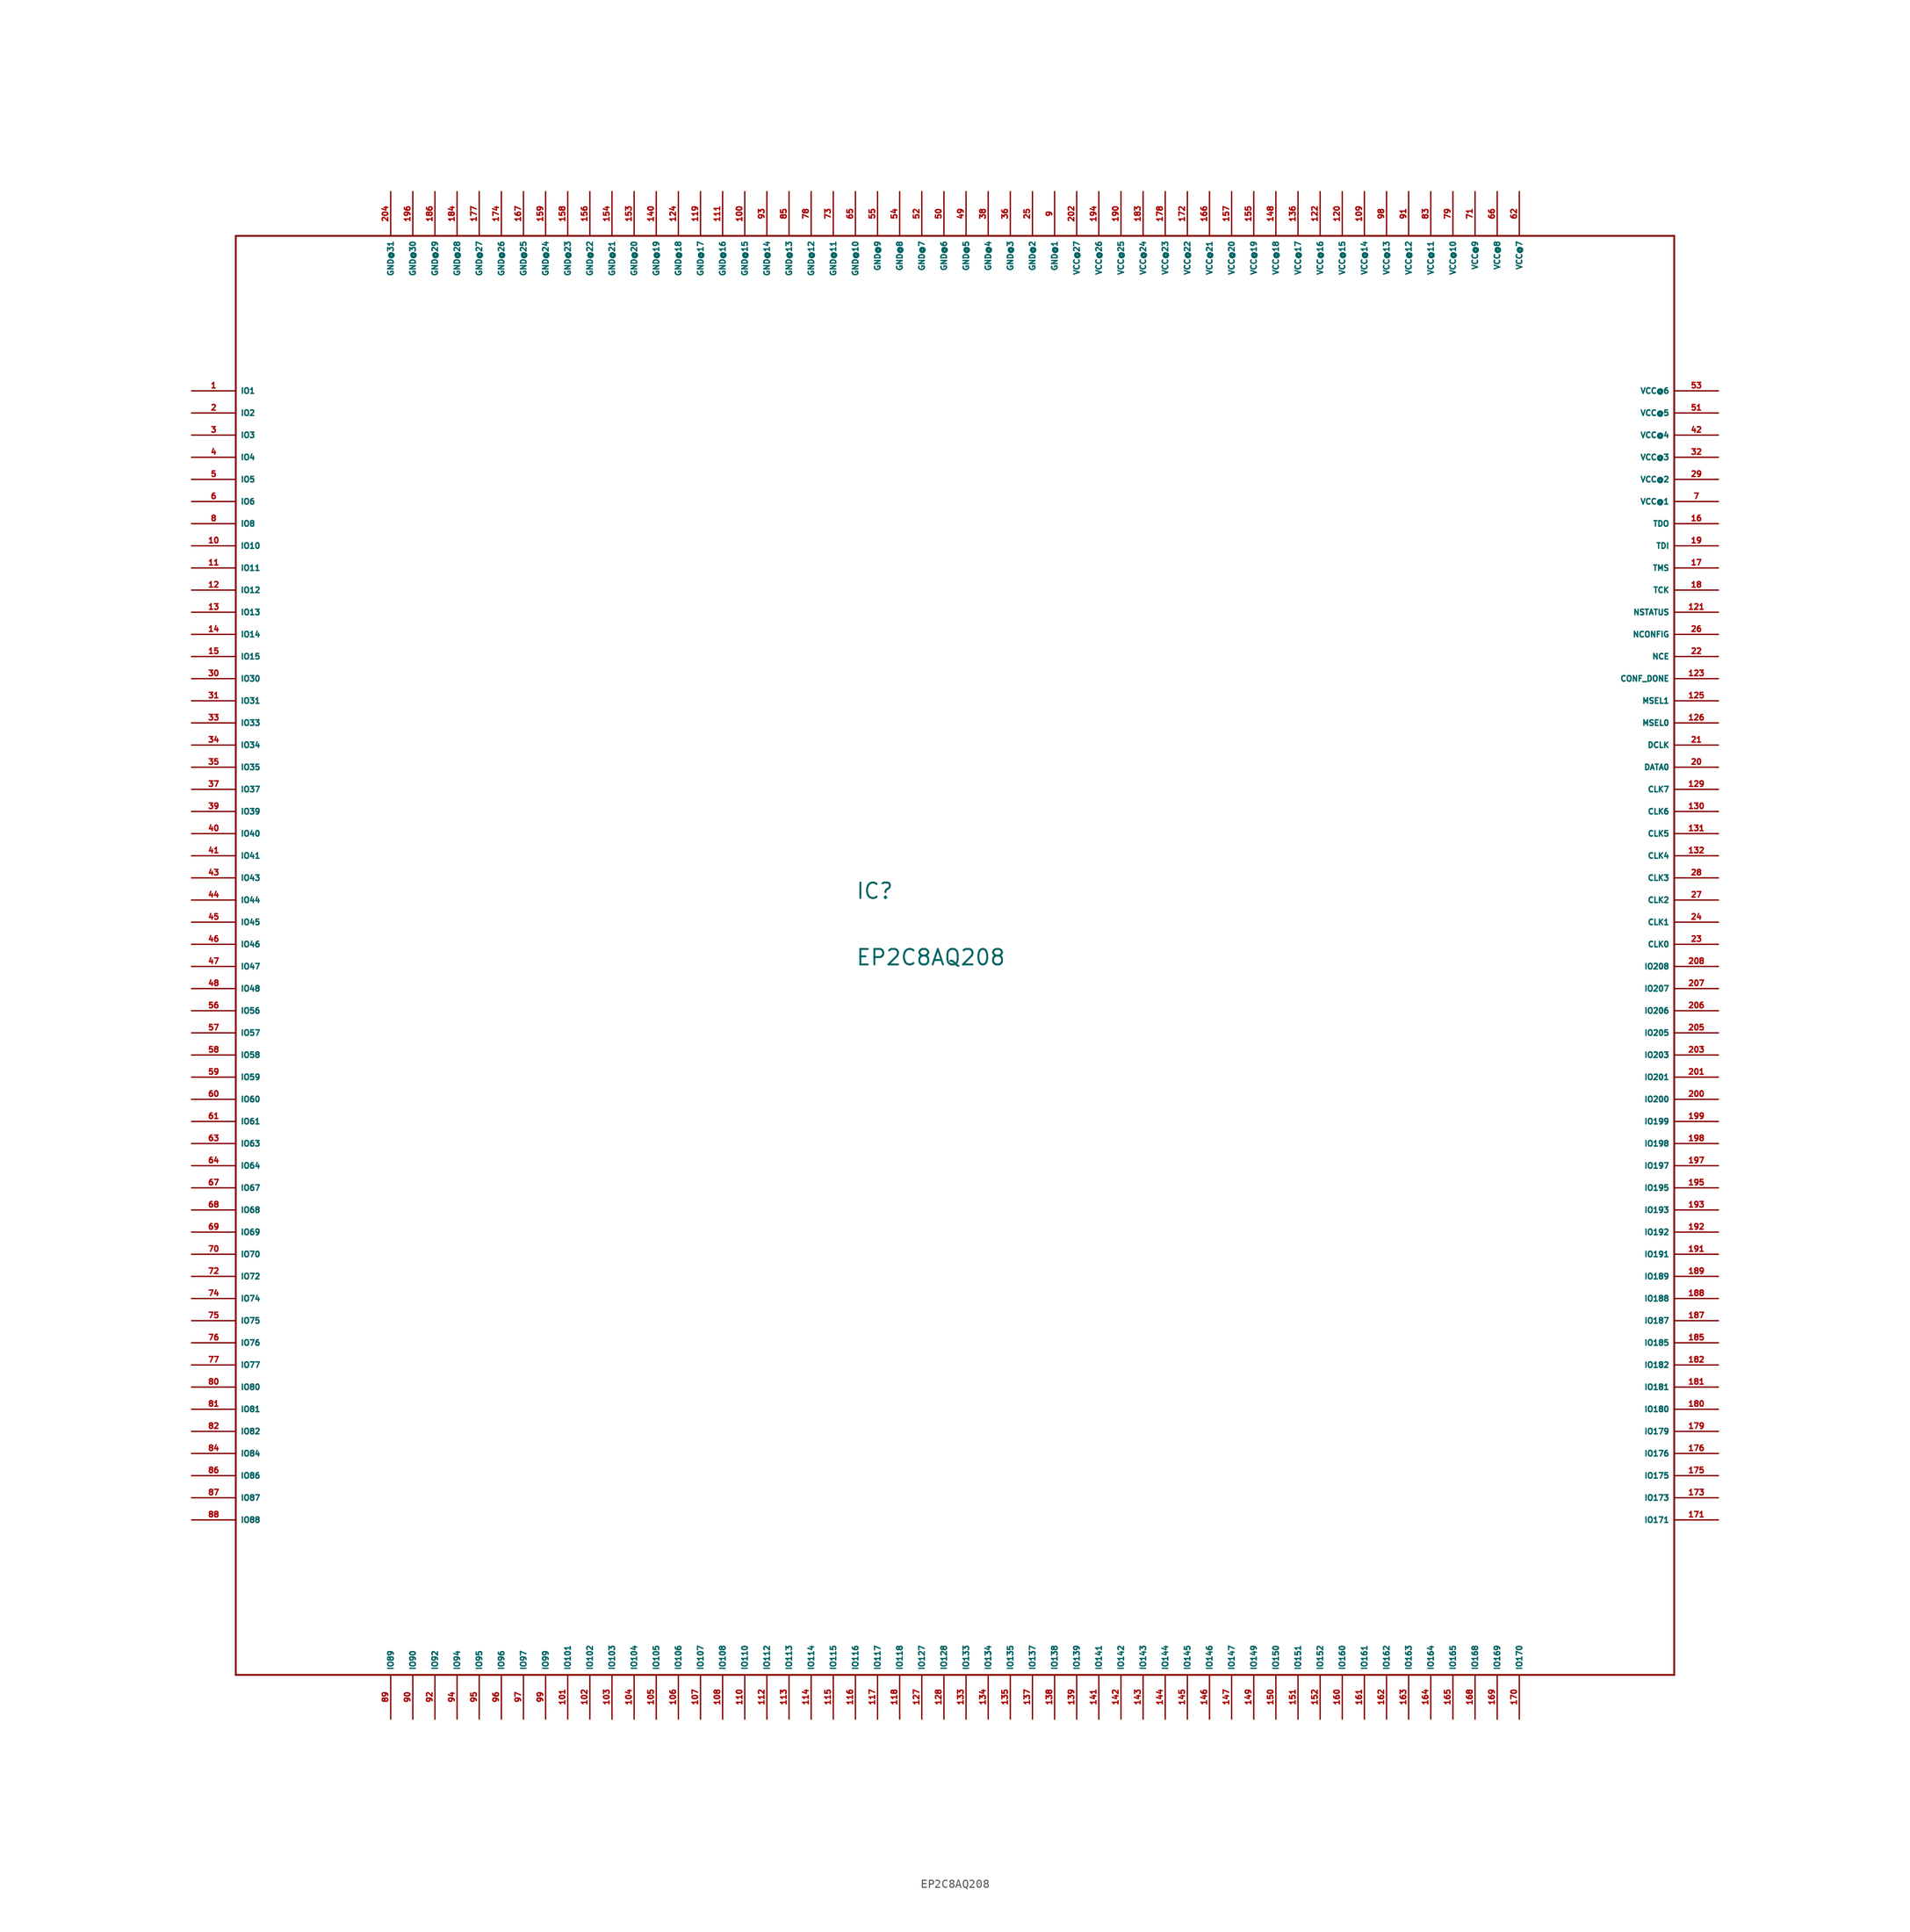
<source format=kicad_sym>
(kicad_symbol_lib
  (version 20220914)
  (generator Eagle2Kicad)
  (symbol "EP2C8AQ208"
    (property "Reference" "IC"
      (at -7.62 2.54 0)
      (effects (font (size 1.778 1.778) (thickness 0.22)) (justify left bottom)))
    (property "Value" "EP2C8AQ208"
      (at -7.62 -5.08 0)
      (effects (font (size 1.778 1.778) (thickness 0.22)) (justify left bottom)))
    (polyline
      (pts (xy -78.74 -86.36) (xy 86.36 -86.36))
      (stroke (width 0.203) (type default))
      (fill (type none)))
    (polyline
      (pts (xy 86.36 -86.36) (xy 86.36 78.74))
      (stroke (width 0.203) (type default))
      (fill (type none)))
    (polyline
      (pts (xy 86.36 78.74) (xy -78.74 78.74))
      (stroke (width 0.203) (type default))
      (fill (type none)))
    (polyline
      (pts (xy -78.74 78.74) (xy -78.74 -86.36))
      (stroke (width 0.203) (type default))
      (fill (type none)))
    (pin output line
      (at -83.82 60.96 0)
      (length 5.08)
      (name "IO1" (effects (font (size 0.635 0.635) (thickness 0.08)) (justify left bottom)))
      (number "1" (effects (font (size 0.635 0.635) (thickness 0.08)) (justify left bottom))))
    (pin output line
      (at -83.82 58.42 0)
      (length 5.08)
      (name "IO2" (effects (font (size 0.635 0.635) (thickness 0.08)) (justify left bottom)))
      (number "2" (effects (font (size 0.635 0.635) (thickness 0.08)) (justify left bottom))))
    (pin bidirectional line
      (at -83.82 55.88 0)
      (length 5.08)
      (name "IO3" (effects (font (size 0.635 0.635) (thickness 0.08)) (justify left bottom)))
      (number "3" (effects (font (size 0.635 0.635) (thickness 0.08)) (justify left bottom))))
    (pin bidirectional line
      (at -83.82 53.34 0)
      (length 5.08)
      (name "IO4" (effects (font (size 0.635 0.635) (thickness 0.08)) (justify left bottom)))
      (number "4" (effects (font (size 0.635 0.635) (thickness 0.08)) (justify left bottom))))
    (pin bidirectional line
      (at -83.82 50.8 0)
      (length 5.08)
      (name "IO5" (effects (font (size 0.635 0.635) (thickness 0.08)) (justify left bottom)))
      (number "5" (effects (font (size 0.635 0.635) (thickness 0.08)) (justify left bottom))))
    (pin bidirectional line
      (at -83.82 48.26 0)
      (length 5.08)
      (name "IO6" (effects (font (size 0.635 0.635) (thickness 0.08)) (justify left bottom)))
      (number "6" (effects (font (size 0.635 0.635) (thickness 0.08)) (justify left bottom))))
    (pin bidirectional line
      (at -83.82 45.72 0)
      (length 5.08)
      (name "IO8" (effects (font (size 0.635 0.635) (thickness 0.08)) (justify left bottom)))
      (number "8" (effects (font (size 0.635 0.635) (thickness 0.08)) (justify left bottom))))
    (pin bidirectional line
      (at -83.82 43.18 0)
      (length 5.08)
      (name "IO10" (effects (font (size 0.635 0.635) (thickness 0.08)) (justify left bottom)))
      (number "10" (effects (font (size 0.635 0.635) (thickness 0.08)) (justify left bottom))))
    (pin bidirectional line
      (at -83.82 40.64 0)
      (length 5.08)
      (name "IO11" (effects (font (size 0.635 0.635) (thickness 0.08)) (justify left bottom)))
      (number "11" (effects (font (size 0.635 0.635) (thickness 0.08)) (justify left bottom))))
    (pin bidirectional line
      (at -83.82 38.1 0)
      (length 5.08)
      (name "IO12" (effects (font (size 0.635 0.635) (thickness 0.08)) (justify left bottom)))
      (number "12" (effects (font (size 0.635 0.635) (thickness 0.08)) (justify left bottom))))
    (pin bidirectional line
      (at -83.82 35.56 0)
      (length 5.08)
      (name "IO13" (effects (font (size 0.635 0.635) (thickness 0.08)) (justify left bottom)))
      (number "13" (effects (font (size 0.635 0.635) (thickness 0.08)) (justify left bottom))))
    (pin bidirectional line
      (at -83.82 33.02 0)
      (length 5.08)
      (name "IO14" (effects (font (size 0.635 0.635) (thickness 0.08)) (justify left bottom)))
      (number "14" (effects (font (size 0.635 0.635) (thickness 0.08)) (justify left bottom))))
    (pin bidirectional line
      (at -83.82 30.48 0)
      (length 5.08)
      (name "IO15" (effects (font (size 0.635 0.635) (thickness 0.08)) (justify left bottom)))
      (number "15" (effects (font (size 0.635 0.635) (thickness 0.08)) (justify left bottom))))
    (pin bidirectional line
      (at -83.82 27.94 0)
      (length 5.08)
      (name "IO30" (effects (font (size 0.635 0.635) (thickness 0.08)) (justify left bottom)))
      (number "30" (effects (font (size 0.635 0.635) (thickness 0.08)) (justify left bottom))))
    (pin bidirectional line
      (at -83.82 25.4 0)
      (length 5.08)
      (name "IO31" (effects (font (size 0.635 0.635) (thickness 0.08)) (justify left bottom)))
      (number "31" (effects (font (size 0.635 0.635) (thickness 0.08)) (justify left bottom))))
    (pin bidirectional line
      (at -83.82 22.86 0)
      (length 5.08)
      (name "IO33" (effects (font (size 0.635 0.635) (thickness 0.08)) (justify left bottom)))
      (number "33" (effects (font (size 0.635 0.635) (thickness 0.08)) (justify left bottom))))
    (pin bidirectional line
      (at -83.82 20.32 0)
      (length 5.08)
      (name "IO34" (effects (font (size 0.635 0.635) (thickness 0.08)) (justify left bottom)))
      (number "34" (effects (font (size 0.635 0.635) (thickness 0.08)) (justify left bottom))))
    (pin bidirectional line
      (at -83.82 17.78 0)
      (length 5.08)
      (name "IO35" (effects (font (size 0.635 0.635) (thickness 0.08)) (justify left bottom)))
      (number "35" (effects (font (size 0.635 0.635) (thickness 0.08)) (justify left bottom))))
    (pin bidirectional line
      (at -83.82 15.24 0)
      (length 5.08)
      (name "IO37" (effects (font (size 0.635 0.635) (thickness 0.08)) (justify left bottom)))
      (number "37" (effects (font (size 0.635 0.635) (thickness 0.08)) (justify left bottom))))
    (pin bidirectional line
      (at -83.82 12.7 0)
      (length 5.08)
      (name "IO39" (effects (font (size 0.635 0.635) (thickness 0.08)) (justify left bottom)))
      (number "39" (effects (font (size 0.635 0.635) (thickness 0.08)) (justify left bottom))))
    (pin bidirectional line
      (at -83.82 10.16 0)
      (length 5.08)
      (name "IO40" (effects (font (size 0.635 0.635) (thickness 0.08)) (justify left bottom)))
      (number "40" (effects (font (size 0.635 0.635) (thickness 0.08)) (justify left bottom))))
    (pin bidirectional line
      (at -83.82 7.62 0)
      (length 5.08)
      (name "IO41" (effects (font (size 0.635 0.635) (thickness 0.08)) (justify left bottom)))
      (number "41" (effects (font (size 0.635 0.635) (thickness 0.08)) (justify left bottom))))
    (pin bidirectional line
      (at -83.82 5.08 0)
      (length 5.08)
      (name "IO43" (effects (font (size 0.635 0.635) (thickness 0.08)) (justify left bottom)))
      (number "43" (effects (font (size 0.635 0.635) (thickness 0.08)) (justify left bottom))))
    (pin bidirectional line
      (at -83.82 2.54 0)
      (length 5.08)
      (name "IO44" (effects (font (size 0.635 0.635) (thickness 0.08)) (justify left bottom)))
      (number "44" (effects (font (size 0.635 0.635) (thickness 0.08)) (justify left bottom))))
    (pin bidirectional line
      (at -83.82 0 0)
      (length 5.08)
      (name "IO45" (effects (font (size 0.635 0.635) (thickness 0.08)) (justify left bottom)))
      (number "45" (effects (font (size 0.635 0.635) (thickness 0.08)) (justify left bottom))))
    (pin bidirectional line
      (at -83.82 -2.54 0)
      (length 5.08)
      (name "IO46" (effects (font (size 0.635 0.635) (thickness 0.08)) (justify left bottom)))
      (number "46" (effects (font (size 0.635 0.635) (thickness 0.08)) (justify left bottom))))
    (pin bidirectional line
      (at -83.82 -5.08 0)
      (length 5.08)
      (name "IO47" (effects (font (size 0.635 0.635) (thickness 0.08)) (justify left bottom)))
      (number "47" (effects (font (size 0.635 0.635) (thickness 0.08)) (justify left bottom))))
    (pin bidirectional line
      (at -83.82 -7.62 0)
      (length 5.08)
      (name "IO48" (effects (font (size 0.635 0.635) (thickness 0.08)) (justify left bottom)))
      (number "48" (effects (font (size 0.635 0.635) (thickness 0.08)) (justify left bottom))))
    (pin bidirectional line
      (at -83.82 -10.16 0)
      (length 5.08)
      (name "IO56" (effects (font (size 0.635 0.635) (thickness 0.08)) (justify left bottom)))
      (number "56" (effects (font (size 0.635 0.635) (thickness 0.08)) (justify left bottom))))
    (pin bidirectional line
      (at -83.82 -12.7 0)
      (length 5.08)
      (name "IO57" (effects (font (size 0.635 0.635) (thickness 0.08)) (justify left bottom)))
      (number "57" (effects (font (size 0.635 0.635) (thickness 0.08)) (justify left bottom))))
    (pin bidirectional line
      (at -83.82 -15.24 0)
      (length 5.08)
      (name "IO58" (effects (font (size 0.635 0.635) (thickness 0.08)) (justify left bottom)))
      (number "58" (effects (font (size 0.635 0.635) (thickness 0.08)) (justify left bottom))))
    (pin bidirectional line
      (at -83.82 -17.78 0)
      (length 5.08)
      (name "IO59" (effects (font (size 0.635 0.635) (thickness 0.08)) (justify left bottom)))
      (number "59" (effects (font (size 0.635 0.635) (thickness 0.08)) (justify left bottom))))
    (pin bidirectional line
      (at -83.82 -20.32 0)
      (length 5.08)
      (name "IO60" (effects (font (size 0.635 0.635) (thickness 0.08)) (justify left bottom)))
      (number "60" (effects (font (size 0.635 0.635) (thickness 0.08)) (justify left bottom))))
    (pin bidirectional line
      (at -83.82 -22.86 0)
      (length 5.08)
      (name "IO61" (effects (font (size 0.635 0.635) (thickness 0.08)) (justify left bottom)))
      (number "61" (effects (font (size 0.635 0.635) (thickness 0.08)) (justify left bottom))))
    (pin bidirectional line
      (at -83.82 -25.4 0)
      (length 5.08)
      (name "IO63" (effects (font (size 0.635 0.635) (thickness 0.08)) (justify left bottom)))
      (number "63" (effects (font (size 0.635 0.635) (thickness 0.08)) (justify left bottom))))
    (pin bidirectional line
      (at -83.82 -27.94 0)
      (length 5.08)
      (name "IO64" (effects (font (size 0.635 0.635) (thickness 0.08)) (justify left bottom)))
      (number "64" (effects (font (size 0.635 0.635) (thickness 0.08)) (justify left bottom))))
    (pin bidirectional line
      (at -83.82 -30.48 0)
      (length 5.08)
      (name "IO67" (effects (font (size 0.635 0.635) (thickness 0.08)) (justify left bottom)))
      (number "67" (effects (font (size 0.635 0.635) (thickness 0.08)) (justify left bottom))))
    (pin bidirectional line
      (at -83.82 -33.02 0)
      (length 5.08)
      (name "IO68" (effects (font (size 0.635 0.635) (thickness 0.08)) (justify left bottom)))
      (number "68" (effects (font (size 0.635 0.635) (thickness 0.08)) (justify left bottom))))
    (pin bidirectional line
      (at -83.82 -35.56 0)
      (length 5.08)
      (name "IO69" (effects (font (size 0.635 0.635) (thickness 0.08)) (justify left bottom)))
      (number "69" (effects (font (size 0.635 0.635) (thickness 0.08)) (justify left bottom))))
    (pin bidirectional line
      (at -83.82 -38.1 0)
      (length 5.08)
      (name "IO70" (effects (font (size 0.635 0.635) (thickness 0.08)) (justify left bottom)))
      (number "70" (effects (font (size 0.635 0.635) (thickness 0.08)) (justify left bottom))))
    (pin bidirectional line
      (at -83.82 -40.64 0)
      (length 5.08)
      (name "IO72" (effects (font (size 0.635 0.635) (thickness 0.08)) (justify left bottom)))
      (number "72" (effects (font (size 0.635 0.635) (thickness 0.08)) (justify left bottom))))
    (pin bidirectional line
      (at -83.82 -43.18 0)
      (length 5.08)
      (name "IO74" (effects (font (size 0.635 0.635) (thickness 0.08)) (justify left bottom)))
      (number "74" (effects (font (size 0.635 0.635) (thickness 0.08)) (justify left bottom))))
    (pin bidirectional line
      (at -83.82 -45.72 0)
      (length 5.08)
      (name "IO75" (effects (font (size 0.635 0.635) (thickness 0.08)) (justify left bottom)))
      (number "75" (effects (font (size 0.635 0.635) (thickness 0.08)) (justify left bottom))))
    (pin bidirectional line
      (at -83.82 -48.26 0)
      (length 5.08)
      (name "IO76" (effects (font (size 0.635 0.635) (thickness 0.08)) (justify left bottom)))
      (number "76" (effects (font (size 0.635 0.635) (thickness 0.08)) (justify left bottom))))
    (pin bidirectional line
      (at -83.82 -50.8 0)
      (length 5.08)
      (name "IO77" (effects (font (size 0.635 0.635) (thickness 0.08)) (justify left bottom)))
      (number "77" (effects (font (size 0.635 0.635) (thickness 0.08)) (justify left bottom))))
    (pin bidirectional line
      (at -83.82 -53.34 0)
      (length 5.08)
      (name "IO80" (effects (font (size 0.635 0.635) (thickness 0.08)) (justify left bottom)))
      (number "80" (effects (font (size 0.635 0.635) (thickness 0.08)) (justify left bottom))))
    (pin bidirectional line
      (at -83.82 -55.88 0)
      (length 5.08)
      (name "IO81" (effects (font (size 0.635 0.635) (thickness 0.08)) (justify left bottom)))
      (number "81" (effects (font (size 0.635 0.635) (thickness 0.08)) (justify left bottom))))
    (pin bidirectional line
      (at -83.82 -58.42 0)
      (length 5.08)
      (name "IO82" (effects (font (size 0.635 0.635) (thickness 0.08)) (justify left bottom)))
      (number "82" (effects (font (size 0.635 0.635) (thickness 0.08)) (justify left bottom))))
    (pin bidirectional line
      (at -83.82 -60.96 0)
      (length 5.08)
      (name "IO84" (effects (font (size 0.635 0.635) (thickness 0.08)) (justify left bottom)))
      (number "84" (effects (font (size 0.635 0.635) (thickness 0.08)) (justify left bottom))))
    (pin bidirectional line
      (at -83.82 -63.5 0)
      (length 5.08)
      (name "IO86" (effects (font (size 0.635 0.635) (thickness 0.08)) (justify left bottom)))
      (number "86" (effects (font (size 0.635 0.635) (thickness 0.08)) (justify left bottom))))
    (pin bidirectional line
      (at -83.82 -66.04 0)
      (length 5.08)
      (name "IO87" (effects (font (size 0.635 0.635) (thickness 0.08)) (justify left bottom)))
      (number "87" (effects (font (size 0.635 0.635) (thickness 0.08)) (justify left bottom))))
    (pin bidirectional line
      (at -83.82 -68.58 0)
      (length 5.08)
      (name "IO88" (effects (font (size 0.635 0.635) (thickness 0.08)) (justify left bottom)))
      (number "88" (effects (font (size 0.635 0.635) (thickness 0.08)) (justify left bottom))))
    (pin bidirectional line
      (at -60.96 -91.44 90)
      (length 5.08)
      (name "IO89" (effects (font (size 0.635 0.635) (thickness 0.08)) (justify left bottom)))
      (number "89" (effects (font (size 0.635 0.635) (thickness 0.08)) (justify left bottom))))
    (pin bidirectional line
      (at -58.42 -91.44 90)
      (length 5.08)
      (name "IO90" (effects (font (size 0.635 0.635) (thickness 0.08)) (justify left bottom)))
      (number "90" (effects (font (size 0.635 0.635) (thickness 0.08)) (justify left bottom))))
    (pin bidirectional line
      (at -55.88 -91.44 90)
      (length 5.08)
      (name "IO92" (effects (font (size 0.635 0.635) (thickness 0.08)) (justify left bottom)))
      (number "92" (effects (font (size 0.635 0.635) (thickness 0.08)) (justify left bottom))))
    (pin bidirectional line
      (at -53.34 -91.44 90)
      (length 5.08)
      (name "IO94" (effects (font (size 0.635 0.635) (thickness 0.08)) (justify left bottom)))
      (number "94" (effects (font (size 0.635 0.635) (thickness 0.08)) (justify left bottom))))
    (pin bidirectional line
      (at -50.8 -91.44 90)
      (length 5.08)
      (name "IO95" (effects (font (size 0.635 0.635) (thickness 0.08)) (justify left bottom)))
      (number "95" (effects (font (size 0.635 0.635) (thickness 0.08)) (justify left bottom))))
    (pin bidirectional line
      (at -48.26 -91.44 90)
      (length 5.08)
      (name "IO96" (effects (font (size 0.635 0.635) (thickness 0.08)) (justify left bottom)))
      (number "96" (effects (font (size 0.635 0.635) (thickness 0.08)) (justify left bottom))))
    (pin bidirectional line
      (at -45.72 -91.44 90)
      (length 5.08)
      (name "IO97" (effects (font (size 0.635 0.635) (thickness 0.08)) (justify left bottom)))
      (number "97" (effects (font (size 0.635 0.635) (thickness 0.08)) (justify left bottom))))
    (pin bidirectional line
      (at -43.18 -91.44 90)
      (length 5.08)
      (name "IO99" (effects (font (size 0.635 0.635) (thickness 0.08)) (justify left bottom)))
      (number "99" (effects (font (size 0.635 0.635) (thickness 0.08)) (justify left bottom))))
    (pin bidirectional line
      (at -40.64 -91.44 90)
      (length 5.08)
      (name "IO101" (effects (font (size 0.635 0.635) (thickness 0.08)) (justify left bottom)))
      (number "101" (effects (font (size 0.635 0.635) (thickness 0.08)) (justify left bottom))))
    (pin bidirectional line
      (at -38.1 -91.44 90)
      (length 5.08)
      (name "IO102" (effects (font (size 0.635 0.635) (thickness 0.08)) (justify left bottom)))
      (number "102" (effects (font (size 0.635 0.635) (thickness 0.08)) (justify left bottom))))
    (pin bidirectional line
      (at -35.56 -91.44 90)
      (length 5.08)
      (name "IO103" (effects (font (size 0.635 0.635) (thickness 0.08)) (justify left bottom)))
      (number "103" (effects (font (size 0.635 0.635) (thickness 0.08)) (justify left bottom))))
    (pin bidirectional line
      (at -33.02 -91.44 90)
      (length 5.08)
      (name "IO104" (effects (font (size 0.635 0.635) (thickness 0.08)) (justify left bottom)))
      (number "104" (effects (font (size 0.635 0.635) (thickness 0.08)) (justify left bottom))))
    (pin bidirectional line
      (at -30.48 -91.44 90)
      (length 5.08)
      (name "IO105" (effects (font (size 0.635 0.635) (thickness 0.08)) (justify left bottom)))
      (number "105" (effects (font (size 0.635 0.635) (thickness 0.08)) (justify left bottom))))
    (pin bidirectional line
      (at -27.94 -91.44 90)
      (length 5.08)
      (name "IO106" (effects (font (size 0.635 0.635) (thickness 0.08)) (justify left bottom)))
      (number "106" (effects (font (size 0.635 0.635) (thickness 0.08)) (justify left bottom))))
    (pin bidirectional line
      (at -25.4 -91.44 90)
      (length 5.08)
      (name "IO107" (effects (font (size 0.635 0.635) (thickness 0.08)) (justify left bottom)))
      (number "107" (effects (font (size 0.635 0.635) (thickness 0.08)) (justify left bottom))))
    (pin bidirectional line
      (at -22.86 -91.44 90)
      (length 5.08)
      (name "IO108" (effects (font (size 0.635 0.635) (thickness 0.08)) (justify left bottom)))
      (number "108" (effects (font (size 0.635 0.635) (thickness 0.08)) (justify left bottom))))
    (pin bidirectional line
      (at -20.32 -91.44 90)
      (length 5.08)
      (name "IO110" (effects (font (size 0.635 0.635) (thickness 0.08)) (justify left bottom)))
      (number "110" (effects (font (size 0.635 0.635) (thickness 0.08)) (justify left bottom))))
    (pin bidirectional line
      (at -17.78 -91.44 90)
      (length 5.08)
      (name "IO112" (effects (font (size 0.635 0.635) (thickness 0.08)) (justify left bottom)))
      (number "112" (effects (font (size 0.635 0.635) (thickness 0.08)) (justify left bottom))))
    (pin bidirectional line
      (at -15.24 -91.44 90)
      (length 5.08)
      (name "IO113" (effects (font (size 0.635 0.635) (thickness 0.08)) (justify left bottom)))
      (number "113" (effects (font (size 0.635 0.635) (thickness 0.08)) (justify left bottom))))
    (pin bidirectional line
      (at -12.7 -91.44 90)
      (length 5.08)
      (name "IO114" (effects (font (size 0.635 0.635) (thickness 0.08)) (justify left bottom)))
      (number "114" (effects (font (size 0.635 0.635) (thickness 0.08)) (justify left bottom))))
    (pin bidirectional line
      (at -10.16 -91.44 90)
      (length 5.08)
      (name "IO115" (effects (font (size 0.635 0.635) (thickness 0.08)) (justify left bottom)))
      (number "115" (effects (font (size 0.635 0.635) (thickness 0.08)) (justify left bottom))))
    (pin bidirectional line
      (at -7.62 -91.44 90)
      (length 5.08)
      (name "IO116" (effects (font (size 0.635 0.635) (thickness 0.08)) (justify left bottom)))
      (number "116" (effects (font (size 0.635 0.635) (thickness 0.08)) (justify left bottom))))
    (pin bidirectional line
      (at -5.08 -91.44 90)
      (length 5.08)
      (name "IO117" (effects (font (size 0.635 0.635) (thickness 0.08)) (justify left bottom)))
      (number "117" (effects (font (size 0.635 0.635) (thickness 0.08)) (justify left bottom))))
    (pin bidirectional line
      (at -2.54 -91.44 90)
      (length 5.08)
      (name "IO118" (effects (font (size 0.635 0.635) (thickness 0.08)) (justify left bottom)))
      (number "118" (effects (font (size 0.635 0.635) (thickness 0.08)) (justify left bottom))))
    (pin bidirectional line
      (at 0 -91.44 90)
      (length 5.08)
      (name "IO127" (effects (font (size 0.635 0.635) (thickness 0.08)) (justify left bottom)))
      (number "127" (effects (font (size 0.635 0.635) (thickness 0.08)) (justify left bottom))))
    (pin bidirectional line
      (at 2.54 -91.44 90)
      (length 5.08)
      (name "IO128" (effects (font (size 0.635 0.635) (thickness 0.08)) (justify left bottom)))
      (number "128" (effects (font (size 0.635 0.635) (thickness 0.08)) (justify left bottom))))
    (pin bidirectional line
      (at 5.08 -91.44 90)
      (length 5.08)
      (name "IO133" (effects (font (size 0.635 0.635) (thickness 0.08)) (justify left bottom)))
      (number "133" (effects (font (size 0.635 0.635) (thickness 0.08)) (justify left bottom))))
    (pin bidirectional line
      (at 7.62 -91.44 90)
      (length 5.08)
      (name "IO134" (effects (font (size 0.635 0.635) (thickness 0.08)) (justify left bottom)))
      (number "134" (effects (font (size 0.635 0.635) (thickness 0.08)) (justify left bottom))))
    (pin bidirectional line
      (at 10.16 -91.44 90)
      (length 5.08)
      (name "IO135" (effects (font (size 0.635 0.635) (thickness 0.08)) (justify left bottom)))
      (number "135" (effects (font (size 0.635 0.635) (thickness 0.08)) (justify left bottom))))
    (pin bidirectional line
      (at 12.7 -91.44 90)
      (length 5.08)
      (name "IO137" (effects (font (size 0.635 0.635) (thickness 0.08)) (justify left bottom)))
      (number "137" (effects (font (size 0.635 0.635) (thickness 0.08)) (justify left bottom))))
    (pin bidirectional line
      (at 15.24 -91.44 90)
      (length 5.08)
      (name "IO138" (effects (font (size 0.635 0.635) (thickness 0.08)) (justify left bottom)))
      (number "138" (effects (font (size 0.635 0.635) (thickness 0.08)) (justify left bottom))))
    (pin bidirectional line
      (at 17.78 -91.44 90)
      (length 5.08)
      (name "IO139" (effects (font (size 0.635 0.635) (thickness 0.08)) (justify left bottom)))
      (number "139" (effects (font (size 0.635 0.635) (thickness 0.08)) (justify left bottom))))
    (pin bidirectional line
      (at 20.32 -91.44 90)
      (length 5.08)
      (name "IO141" (effects (font (size 0.635 0.635) (thickness 0.08)) (justify left bottom)))
      (number "141" (effects (font (size 0.635 0.635) (thickness 0.08)) (justify left bottom))))
    (pin bidirectional line
      (at 22.86 -91.44 90)
      (length 5.08)
      (name "IO142" (effects (font (size 0.635 0.635) (thickness 0.08)) (justify left bottom)))
      (number "142" (effects (font (size 0.635 0.635) (thickness 0.08)) (justify left bottom))))
    (pin bidirectional line
      (at 25.4 -91.44 90)
      (length 5.08)
      (name "IO143" (effects (font (size 0.635 0.635) (thickness 0.08)) (justify left bottom)))
      (number "143" (effects (font (size 0.635 0.635) (thickness 0.08)) (justify left bottom))))
    (pin bidirectional line
      (at 27.94 -91.44 90)
      (length 5.08)
      (name "IO144" (effects (font (size 0.635 0.635) (thickness 0.08)) (justify left bottom)))
      (number "144" (effects (font (size 0.635 0.635) (thickness 0.08)) (justify left bottom))))
    (pin bidirectional line
      (at 30.48 -91.44 90)
      (length 5.08)
      (name "IO145" (effects (font (size 0.635 0.635) (thickness 0.08)) (justify left bottom)))
      (number "145" (effects (font (size 0.635 0.635) (thickness 0.08)) (justify left bottom))))
    (pin bidirectional line
      (at 33.02 -91.44 90)
      (length 5.08)
      (name "IO146" (effects (font (size 0.635 0.635) (thickness 0.08)) (justify left bottom)))
      (number "146" (effects (font (size 0.635 0.635) (thickness 0.08)) (justify left bottom))))
    (pin bidirectional line
      (at 35.56 -91.44 90)
      (length 5.08)
      (name "IO147" (effects (font (size 0.635 0.635) (thickness 0.08)) (justify left bottom)))
      (number "147" (effects (font (size 0.635 0.635) (thickness 0.08)) (justify left bottom))))
    (pin bidirectional line
      (at 38.1 -91.44 90)
      (length 5.08)
      (name "IO149" (effects (font (size 0.635 0.635) (thickness 0.08)) (justify left bottom)))
      (number "149" (effects (font (size 0.635 0.635) (thickness 0.08)) (justify left bottom))))
    (pin bidirectional line
      (at 40.64 -91.44 90)
      (length 5.08)
      (name "IO150" (effects (font (size 0.635 0.635) (thickness 0.08)) (justify left bottom)))
      (number "150" (effects (font (size 0.635 0.635) (thickness 0.08)) (justify left bottom))))
    (pin bidirectional line
      (at 43.18 -91.44 90)
      (length 5.08)
      (name "IO151" (effects (font (size 0.635 0.635) (thickness 0.08)) (justify left bottom)))
      (number "151" (effects (font (size 0.635 0.635) (thickness 0.08)) (justify left bottom))))
    (pin bidirectional line
      (at 45.72 -91.44 90)
      (length 5.08)
      (name "IO152" (effects (font (size 0.635 0.635) (thickness 0.08)) (justify left bottom)))
      (number "152" (effects (font (size 0.635 0.635) (thickness 0.08)) (justify left bottom))))
    (pin bidirectional line
      (at 48.26 -91.44 90)
      (length 5.08)
      (name "IO160" (effects (font (size 0.635 0.635) (thickness 0.08)) (justify left bottom)))
      (number "160" (effects (font (size 0.635 0.635) (thickness 0.08)) (justify left bottom))))
    (pin bidirectional line
      (at 50.8 -91.44 90)
      (length 5.08)
      (name "IO161" (effects (font (size 0.635 0.635) (thickness 0.08)) (justify left bottom)))
      (number "161" (effects (font (size 0.635 0.635) (thickness 0.08)) (justify left bottom))))
    (pin bidirectional line
      (at 53.34 -91.44 90)
      (length 5.08)
      (name "IO162" (effects (font (size 0.635 0.635) (thickness 0.08)) (justify left bottom)))
      (number "162" (effects (font (size 0.635 0.635) (thickness 0.08)) (justify left bottom))))
    (pin bidirectional line
      (at 55.88 -91.44 90)
      (length 5.08)
      (name "IO163" (effects (font (size 0.635 0.635) (thickness 0.08)) (justify left bottom)))
      (number "163" (effects (font (size 0.635 0.635) (thickness 0.08)) (justify left bottom))))
    (pin bidirectional line
      (at 58.42 -91.44 90)
      (length 5.08)
      (name "IO164" (effects (font (size 0.635 0.635) (thickness 0.08)) (justify left bottom)))
      (number "164" (effects (font (size 0.635 0.635) (thickness 0.08)) (justify left bottom))))
    (pin bidirectional line
      (at 60.96 -91.44 90)
      (length 5.08)
      (name "IO165" (effects (font (size 0.635 0.635) (thickness 0.08)) (justify left bottom)))
      (number "165" (effects (font (size 0.635 0.635) (thickness 0.08)) (justify left bottom))))
    (pin bidirectional line
      (at 63.5 -91.44 90)
      (length 5.08)
      (name "IO168" (effects (font (size 0.635 0.635) (thickness 0.08)) (justify left bottom)))
      (number "168" (effects (font (size 0.635 0.635) (thickness 0.08)) (justify left bottom))))
    (pin bidirectional line
      (at 66.04 -91.44 90)
      (length 5.08)
      (name "IO169" (effects (font (size 0.635 0.635) (thickness 0.08)) (justify left bottom)))
      (number "169" (effects (font (size 0.635 0.635) (thickness 0.08)) (justify left bottom))))
    (pin bidirectional line
      (at 68.58 -91.44 90)
      (length 5.08)
      (name "IO170" (effects (font (size 0.635 0.635) (thickness 0.08)) (justify left bottom)))
      (number "170" (effects (font (size 0.635 0.635) (thickness 0.08)) (justify left bottom))))
    (pin bidirectional line
      (at 91.44 -68.58 180)
      (length 5.08)
      (name "IO171" (effects (font (size 0.635 0.635) (thickness 0.08)) (justify left bottom)))
      (number "171" (effects (font (size 0.635 0.635) (thickness 0.08)) (justify left bottom))))
    (pin bidirectional line
      (at 91.44 -66.04 180)
      (length 5.08)
      (name "IO173" (effects (font (size 0.635 0.635) (thickness 0.08)) (justify left bottom)))
      (number "173" (effects (font (size 0.635 0.635) (thickness 0.08)) (justify left bottom))))
    (pin bidirectional line
      (at 91.44 -63.5 180)
      (length 5.08)
      (name "IO175" (effects (font (size 0.635 0.635) (thickness 0.08)) (justify left bottom)))
      (number "175" (effects (font (size 0.635 0.635) (thickness 0.08)) (justify left bottom))))
    (pin bidirectional line
      (at 91.44 -60.96 180)
      (length 5.08)
      (name "IO176" (effects (font (size 0.635 0.635) (thickness 0.08)) (justify left bottom)))
      (number "176" (effects (font (size 0.635 0.635) (thickness 0.08)) (justify left bottom))))
    (pin bidirectional line
      (at 91.44 -58.42 180)
      (length 5.08)
      (name "IO179" (effects (font (size 0.635 0.635) (thickness 0.08)) (justify left bottom)))
      (number "179" (effects (font (size 0.635 0.635) (thickness 0.08)) (justify left bottom))))
    (pin bidirectional line
      (at 91.44 -55.88 180)
      (length 5.08)
      (name "IO180" (effects (font (size 0.635 0.635) (thickness 0.08)) (justify left bottom)))
      (number "180" (effects (font (size 0.635 0.635) (thickness 0.08)) (justify left bottom))))
    (pin bidirectional line
      (at 91.44 -53.34 180)
      (length 5.08)
      (name "IO181" (effects (font (size 0.635 0.635) (thickness 0.08)) (justify left bottom)))
      (number "181" (effects (font (size 0.635 0.635) (thickness 0.08)) (justify left bottom))))
    (pin bidirectional line
      (at 91.44 -50.8 180)
      (length 5.08)
      (name "IO182" (effects (font (size 0.635 0.635) (thickness 0.08)) (justify left bottom)))
      (number "182" (effects (font (size 0.635 0.635) (thickness 0.08)) (justify left bottom))))
    (pin bidirectional line
      (at 91.44 -48.26 180)
      (length 5.08)
      (name "IO185" (effects (font (size 0.635 0.635) (thickness 0.08)) (justify left bottom)))
      (number "185" (effects (font (size 0.635 0.635) (thickness 0.08)) (justify left bottom))))
    (pin bidirectional line
      (at 91.44 -45.72 180)
      (length 5.08)
      (name "IO187" (effects (font (size 0.635 0.635) (thickness 0.08)) (justify left bottom)))
      (number "187" (effects (font (size 0.635 0.635) (thickness 0.08)) (justify left bottom))))
    (pin bidirectional line
      (at 91.44 -43.18 180)
      (length 5.08)
      (name "IO188" (effects (font (size 0.635 0.635) (thickness 0.08)) (justify left bottom)))
      (number "188" (effects (font (size 0.635 0.635) (thickness 0.08)) (justify left bottom))))
    (pin bidirectional line
      (at 91.44 -40.64 180)
      (length 5.08)
      (name "IO189" (effects (font (size 0.635 0.635) (thickness 0.08)) (justify left bottom)))
      (number "189" (effects (font (size 0.635 0.635) (thickness 0.08)) (justify left bottom))))
    (pin bidirectional line
      (at 91.44 -38.1 180)
      (length 5.08)
      (name "IO191" (effects (font (size 0.635 0.635) (thickness 0.08)) (justify left bottom)))
      (number "191" (effects (font (size 0.635 0.635) (thickness 0.08)) (justify left bottom))))
    (pin bidirectional line
      (at 91.44 -35.56 180)
      (length 5.08)
      (name "IO192" (effects (font (size 0.635 0.635) (thickness 0.08)) (justify left bottom)))
      (number "192" (effects (font (size 0.635 0.635) (thickness 0.08)) (justify left bottom))))
    (pin bidirectional line
      (at 91.44 -33.02 180)
      (length 5.08)
      (name "IO193" (effects (font (size 0.635 0.635) (thickness 0.08)) (justify left bottom)))
      (number "193" (effects (font (size 0.635 0.635) (thickness 0.08)) (justify left bottom))))
    (pin bidirectional line
      (at 91.44 -30.48 180)
      (length 5.08)
      (name "IO195" (effects (font (size 0.635 0.635) (thickness 0.08)) (justify left bottom)))
      (number "195" (effects (font (size 0.635 0.635) (thickness 0.08)) (justify left bottom))))
    (pin bidirectional line
      (at 91.44 -27.94 180)
      (length 5.08)
      (name "IO197" (effects (font (size 0.635 0.635) (thickness 0.08)) (justify left bottom)))
      (number "197" (effects (font (size 0.635 0.635) (thickness 0.08)) (justify left bottom))))
    (pin bidirectional line
      (at 91.44 -25.4 180)
      (length 5.08)
      (name "IO198" (effects (font (size 0.635 0.635) (thickness 0.08)) (justify left bottom)))
      (number "198" (effects (font (size 0.635 0.635) (thickness 0.08)) (justify left bottom))))
    (pin bidirectional line
      (at 91.44 -22.86 180)
      (length 5.08)
      (name "IO199" (effects (font (size 0.635 0.635) (thickness 0.08)) (justify left bottom)))
      (number "199" (effects (font (size 0.635 0.635) (thickness 0.08)) (justify left bottom))))
    (pin bidirectional line
      (at 91.44 -20.32 180)
      (length 5.08)
      (name "IO200" (effects (font (size 0.635 0.635) (thickness 0.08)) (justify left bottom)))
      (number "200" (effects (font (size 0.635 0.635) (thickness 0.08)) (justify left bottom))))
    (pin bidirectional line
      (at 91.44 -17.78 180)
      (length 5.08)
      (name "IO201" (effects (font (size 0.635 0.635) (thickness 0.08)) (justify left bottom)))
      (number "201" (effects (font (size 0.635 0.635) (thickness 0.08)) (justify left bottom))))
    (pin bidirectional line
      (at 91.44 -15.24 180)
      (length 5.08)
      (name "IO203" (effects (font (size 0.635 0.635) (thickness 0.08)) (justify left bottom)))
      (number "203" (effects (font (size 0.635 0.635) (thickness 0.08)) (justify left bottom))))
    (pin bidirectional line
      (at 91.44 -12.7 180)
      (length 5.08)
      (name "IO205" (effects (font (size 0.635 0.635) (thickness 0.08)) (justify left bottom)))
      (number "205" (effects (font (size 0.635 0.635) (thickness 0.08)) (justify left bottom))))
    (pin bidirectional line
      (at 91.44 -10.16 180)
      (length 5.08)
      (name "IO206" (effects (font (size 0.635 0.635) (thickness 0.08)) (justify left bottom)))
      (number "206" (effects (font (size 0.635 0.635) (thickness 0.08)) (justify left bottom))))
    (pin bidirectional line
      (at 91.44 -7.62 180)
      (length 5.08)
      (name "IO207" (effects (font (size 0.635 0.635) (thickness 0.08)) (justify left bottom)))
      (number "207" (effects (font (size 0.635 0.635) (thickness 0.08)) (justify left bottom))))
    (pin bidirectional line
      (at 91.44 -5.08 180)
      (length 5.08)
      (name "IO208" (effects (font (size 0.635 0.635) (thickness 0.08)) (justify left bottom)))
      (number "208" (effects (font (size 0.635 0.635) (thickness 0.08)) (justify left bottom))))
    (pin bidirectional line
      (at 91.44 -2.54 180)
      (length 5.08)
      (name "CLK0" (effects (font (size 0.635 0.635) (thickness 0.08)) (justify left bottom)))
      (number "23" (effects (font (size 0.635 0.635) (thickness 0.08)) (justify left bottom))))
    (pin bidirectional line
      (at 91.44 0 180)
      (length 5.08)
      (name "CLK1" (effects (font (size 0.635 0.635) (thickness 0.08)) (justify left bottom)))
      (number "24" (effects (font (size 0.635 0.635) (thickness 0.08)) (justify left bottom))))
    (pin bidirectional line
      (at 91.44 2.54 180)
      (length 5.08)
      (name "CLK2" (effects (font (size 0.635 0.635) (thickness 0.08)) (justify left bottom)))
      (number "27" (effects (font (size 0.635 0.635) (thickness 0.08)) (justify left bottom))))
    (pin bidirectional line
      (at 91.44 5.08 180)
      (length 5.08)
      (name "CLK3" (effects (font (size 0.635 0.635) (thickness 0.08)) (justify left bottom)))
      (number "28" (effects (font (size 0.635 0.635) (thickness 0.08)) (justify left bottom))))
    (pin bidirectional line
      (at 91.44 7.62 180)
      (length 5.08)
      (name "CLK4" (effects (font (size 0.635 0.635) (thickness 0.08)) (justify left bottom)))
      (number "132" (effects (font (size 0.635 0.635) (thickness 0.08)) (justify left bottom))))
    (pin bidirectional line
      (at 91.44 10.16 180)
      (length 5.08)
      (name "CLK5" (effects (font (size 0.635 0.635) (thickness 0.08)) (justify left bottom)))
      (number "131" (effects (font (size 0.635 0.635) (thickness 0.08)) (justify left bottom))))
    (pin bidirectional line
      (at 91.44 12.7 180)
      (length 5.08)
      (name "CLK6" (effects (font (size 0.635 0.635) (thickness 0.08)) (justify left bottom)))
      (number "130" (effects (font (size 0.635 0.635) (thickness 0.08)) (justify left bottom))))
    (pin bidirectional line
      (at 91.44 15.24 180)
      (length 5.08)
      (name "CLK7" (effects (font (size 0.635 0.635) (thickness 0.08)) (justify left bottom)))
      (number "129" (effects (font (size 0.635 0.635) (thickness 0.08)) (justify left bottom))))
    (pin bidirectional line
      (at 91.44 17.78 180)
      (length 5.08)
      (name "DATA0" (effects (font (size 0.635 0.635) (thickness 0.08)) (justify left bottom)))
      (number "20" (effects (font (size 0.635 0.635) (thickness 0.08)) (justify left bottom))))
    (pin bidirectional line
      (at 91.44 20.32 180)
      (length 5.08)
      (name "DCLK" (effects (font (size 0.635 0.635) (thickness 0.08)) (justify left bottom)))
      (number "21" (effects (font (size 0.635 0.635) (thickness 0.08)) (justify left bottom))))
    (pin input line
      (at 91.44 22.86 180)
      (length 5.08)
      (name "MSEL0" (effects (font (size 0.635 0.635) (thickness 0.08)) (justify left bottom)))
      (number "126" (effects (font (size 0.635 0.635) (thickness 0.08)) (justify left bottom))))
    (pin input line
      (at 91.44 25.4 180)
      (length 5.08)
      (name "MSEL1" (effects (font (size 0.635 0.635) (thickness 0.08)) (justify left bottom)))
      (number "125" (effects (font (size 0.635 0.635) (thickness 0.08)) (justify left bottom))))
    (pin input line
      (at 91.44 27.94 180)
      (length 5.08)
      (name "CONF_DONE" (effects (font (size 0.635 0.635) (thickness 0.08)) (justify left bottom)))
      (number "123" (effects (font (size 0.635 0.635) (thickness 0.08)) (justify left bottom))))
    (pin input line
      (at 91.44 30.48 180)
      (length 5.08)
      (name "NCE" (effects (font (size 0.635 0.635) (thickness 0.08)) (justify left bottom)))
      (number "22" (effects (font (size 0.635 0.635) (thickness 0.08)) (justify left bottom))))
    (pin input line
      (at 91.44 33.02 180)
      (length 5.08)
      (name "NCONFIG" (effects (font (size 0.635 0.635) (thickness 0.08)) (justify left bottom)))
      (number "26" (effects (font (size 0.635 0.635) (thickness 0.08)) (justify left bottom))))
    (pin input line
      (at 91.44 35.56 180)
      (length 5.08)
      (name "NSTATUS" (effects (font (size 0.635 0.635) (thickness 0.08)) (justify left bottom)))
      (number "121" (effects (font (size 0.635 0.635) (thickness 0.08)) (justify left bottom))))
    (pin input line
      (at 91.44 38.1 180)
      (length 5.08)
      (name "TCK" (effects (font (size 0.635 0.635) (thickness 0.08)) (justify left bottom)))
      (number "18" (effects (font (size 0.635 0.635) (thickness 0.08)) (justify left bottom))))
    (pin input line
      (at 91.44 40.64 180)
      (length 5.08)
      (name "TMS" (effects (font (size 0.635 0.635) (thickness 0.08)) (justify left bottom)))
      (number "17" (effects (font (size 0.635 0.635) (thickness 0.08)) (justify left bottom))))
    (pin input line
      (at 91.44 43.18 180)
      (length 5.08)
      (name "TDI" (effects (font (size 0.635 0.635) (thickness 0.08)) (justify left bottom)))
      (number "19" (effects (font (size 0.635 0.635) (thickness 0.08)) (justify left bottom))))
    (pin output line
      (at 91.44 45.72 180)
      (length 5.08)
      (name "TDO" (effects (font (size 0.635 0.635) (thickness 0.08)) (justify left bottom)))
      (number "16" (effects (font (size 0.635 0.635) (thickness 0.08)) (justify left bottom))))
    (pin unspecified line
      (at 91.44 48.26 180)
      (length 5.08)
      (name "VCC@1" (effects (font (size 0.635 0.635) (thickness 0.08)) (justify left bottom)))
      (number "7" (effects (font (size 0.635 0.635) (thickness 0.08)) (justify left bottom))))
    (pin unspecified line
      (at 91.44 50.8 180)
      (length 5.08)
      (name "VCC@2" (effects (font (size 0.635 0.635) (thickness 0.08)) (justify left bottom)))
      (number "29" (effects (font (size 0.635 0.635) (thickness 0.08)) (justify left bottom))))
    (pin unspecified line
      (at 91.44 53.34 180)
      (length 5.08)
      (name "VCC@3" (effects (font (size 0.635 0.635) (thickness 0.08)) (justify left bottom)))
      (number "32" (effects (font (size 0.635 0.635) (thickness 0.08)) (justify left bottom))))
    (pin unspecified line
      (at 91.44 55.88 180)
      (length 5.08)
      (name "VCC@4" (effects (font (size 0.635 0.635) (thickness 0.08)) (justify left bottom)))
      (number "42" (effects (font (size 0.635 0.635) (thickness 0.08)) (justify left bottom))))
    (pin unspecified line
      (at 91.44 58.42 180)
      (length 5.08)
      (name "VCC@5" (effects (font (size 0.635 0.635) (thickness 0.08)) (justify left bottom)))
      (number "51" (effects (font (size 0.635 0.635) (thickness 0.08)) (justify left bottom))))
    (pin unspecified line
      (at 91.44 60.96 180)
      (length 5.08)
      (name "VCC@6" (effects (font (size 0.635 0.635) (thickness 0.08)) (justify left bottom)))
      (number "53" (effects (font (size 0.635 0.635) (thickness 0.08)) (justify left bottom))))
    (pin unspecified line
      (at 68.58 83.82 270)
      (length 5.08)
      (name "VCC@7" (effects (font (size 0.635 0.635) (thickness 0.08)) (justify left bottom)))
      (number "62" (effects (font (size 0.635 0.635) (thickness 0.08)) (justify left bottom))))
    (pin unspecified line
      (at 66.04 83.82 270)
      (length 5.08)
      (name "VCC@8" (effects (font (size 0.635 0.635) (thickness 0.08)) (justify left bottom)))
      (number "66" (effects (font (size 0.635 0.635) (thickness 0.08)) (justify left bottom))))
    (pin unspecified line
      (at 63.5 83.82 270)
      (length 5.08)
      (name "VCC@9" (effects (font (size 0.635 0.635) (thickness 0.08)) (justify left bottom)))
      (number "71" (effects (font (size 0.635 0.635) (thickness 0.08)) (justify left bottom))))
    (pin unspecified line
      (at 60.96 83.82 270)
      (length 5.08)
      (name "VCC@10" (effects (font (size 0.635 0.635) (thickness 0.08)) (justify left bottom)))
      (number "79" (effects (font (size 0.635 0.635) (thickness 0.08)) (justify left bottom))))
    (pin unspecified line
      (at 58.42 83.82 270)
      (length 5.08)
      (name "VCC@11" (effects (font (size 0.635 0.635) (thickness 0.08)) (justify left bottom)))
      (number "83" (effects (font (size 0.635 0.635) (thickness 0.08)) (justify left bottom))))
    (pin unspecified line
      (at 55.88 83.82 270)
      (length 5.08)
      (name "VCC@12" (effects (font (size 0.635 0.635) (thickness 0.08)) (justify left bottom)))
      (number "91" (effects (font (size 0.635 0.635) (thickness 0.08)) (justify left bottom))))
    (pin unspecified line
      (at 53.34 83.82 270)
      (length 5.08)
      (name "VCC@13" (effects (font (size 0.635 0.635) (thickness 0.08)) (justify left bottom)))
      (number "98" (effects (font (size 0.635 0.635) (thickness 0.08)) (justify left bottom))))
    (pin unspecified line
      (at 50.8 83.82 270)
      (length 5.08)
      (name "VCC@14" (effects (font (size 0.635 0.635) (thickness 0.08)) (justify left bottom)))
      (number "109" (effects (font (size 0.635 0.635) (thickness 0.08)) (justify left bottom))))
    (pin unspecified line
      (at 48.26 83.82 270)
      (length 5.08)
      (name "VCC@15" (effects (font (size 0.635 0.635) (thickness 0.08)) (justify left bottom)))
      (number "120" (effects (font (size 0.635 0.635) (thickness 0.08)) (justify left bottom))))
    (pin unspecified line
      (at 45.72 83.82 270)
      (length 5.08)
      (name "VCC@16" (effects (font (size 0.635 0.635) (thickness 0.08)) (justify left bottom)))
      (number "122" (effects (font (size 0.635 0.635) (thickness 0.08)) (justify left bottom))))
    (pin unspecified line
      (at 43.18 83.82 270)
      (length 5.08)
      (name "VCC@17" (effects (font (size 0.635 0.635) (thickness 0.08)) (justify left bottom)))
      (number "136" (effects (font (size 0.635 0.635) (thickness 0.08)) (justify left bottom))))
    (pin unspecified line
      (at 40.64 83.82 270)
      (length 5.08)
      (name "VCC@18" (effects (font (size 0.635 0.635) (thickness 0.08)) (justify left bottom)))
      (number "148" (effects (font (size 0.635 0.635) (thickness 0.08)) (justify left bottom))))
    (pin unspecified line
      (at 38.1 83.82 270)
      (length 5.08)
      (name "VCC@19" (effects (font (size 0.635 0.635) (thickness 0.08)) (justify left bottom)))
      (number "155" (effects (font (size 0.635 0.635) (thickness 0.08)) (justify left bottom))))
    (pin unspecified line
      (at 35.56 83.82 270)
      (length 5.08)
      (name "VCC@20" (effects (font (size 0.635 0.635) (thickness 0.08)) (justify left bottom)))
      (number "157" (effects (font (size 0.635 0.635) (thickness 0.08)) (justify left bottom))))
    (pin unspecified line
      (at 33.02 83.82 270)
      (length 5.08)
      (name "VCC@21" (effects (font (size 0.635 0.635) (thickness 0.08)) (justify left bottom)))
      (number "166" (effects (font (size 0.635 0.635) (thickness 0.08)) (justify left bottom))))
    (pin unspecified line
      (at 30.48 83.82 270)
      (length 5.08)
      (name "VCC@22" (effects (font (size 0.635 0.635) (thickness 0.08)) (justify left bottom)))
      (number "172" (effects (font (size 0.635 0.635) (thickness 0.08)) (justify left bottom))))
    (pin unspecified line
      (at 27.94 83.82 270)
      (length 5.08)
      (name "VCC@23" (effects (font (size 0.635 0.635) (thickness 0.08)) (justify left bottom)))
      (number "178" (effects (font (size 0.635 0.635) (thickness 0.08)) (justify left bottom))))
    (pin unspecified line
      (at 25.4 83.82 270)
      (length 5.08)
      (name "VCC@24" (effects (font (size 0.635 0.635) (thickness 0.08)) (justify left bottom)))
      (number "183" (effects (font (size 0.635 0.635) (thickness 0.08)) (justify left bottom))))
    (pin unspecified line
      (at 22.86 83.82 270)
      (length 5.08)
      (name "VCC@25" (effects (font (size 0.635 0.635) (thickness 0.08)) (justify left bottom)))
      (number "190" (effects (font (size 0.635 0.635) (thickness 0.08)) (justify left bottom))))
    (pin unspecified line
      (at 20.32 83.82 270)
      (length 5.08)
      (name "VCC@26" (effects (font (size 0.635 0.635) (thickness 0.08)) (justify left bottom)))
      (number "194" (effects (font (size 0.635 0.635) (thickness 0.08)) (justify left bottom))))
    (pin unspecified line
      (at 17.78 83.82 270)
      (length 5.08)
      (name "VCC@27" (effects (font (size 0.635 0.635) (thickness 0.08)) (justify left bottom)))
      (number "202" (effects (font (size 0.635 0.635) (thickness 0.08)) (justify left bottom))))
    (pin unspecified line
      (at 15.24 83.82 270)
      (length 5.08)
      (name "GND@1" (effects (font (size 0.635 0.635) (thickness 0.08)) (justify left bottom)))
      (number "9" (effects (font (size 0.635 0.635) (thickness 0.08)) (justify left bottom))))
    (pin unspecified line
      (at 12.7 83.82 270)
      (length 5.08)
      (name "GND@2" (effects (font (size 0.635 0.635) (thickness 0.08)) (justify left bottom)))
      (number "25" (effects (font (size 0.635 0.635) (thickness 0.08)) (justify left bottom))))
    (pin unspecified line
      (at 10.16 83.82 270)
      (length 5.08)
      (name "GND@3" (effects (font (size 0.635 0.635) (thickness 0.08)) (justify left bottom)))
      (number "36" (effects (font (size 0.635 0.635) (thickness 0.08)) (justify left bottom))))
    (pin unspecified line
      (at 7.62 83.82 270)
      (length 5.08)
      (name "GND@4" (effects (font (size 0.635 0.635) (thickness 0.08)) (justify left bottom)))
      (number "38" (effects (font (size 0.635 0.635) (thickness 0.08)) (justify left bottom))))
    (pin unspecified line
      (at 5.08 83.82 270)
      (length 5.08)
      (name "GND@5" (effects (font (size 0.635 0.635) (thickness 0.08)) (justify left bottom)))
      (number "49" (effects (font (size 0.635 0.635) (thickness 0.08)) (justify left bottom))))
    (pin unspecified line
      (at 2.54 83.82 270)
      (length 5.08)
      (name "GND@6" (effects (font (size 0.635 0.635) (thickness 0.08)) (justify left bottom)))
      (number "50" (effects (font (size 0.635 0.635) (thickness 0.08)) (justify left bottom))))
    (pin unspecified line
      (at 0 83.82 270)
      (length 5.08)
      (name "GND@7" (effects (font (size 0.635 0.635) (thickness 0.08)) (justify left bottom)))
      (number "52" (effects (font (size 0.635 0.635) (thickness 0.08)) (justify left bottom))))
    (pin unspecified line
      (at -2.54 83.82 270)
      (length 5.08)
      (name "GND@8" (effects (font (size 0.635 0.635) (thickness 0.08)) (justify left bottom)))
      (number "54" (effects (font (size 0.635 0.635) (thickness 0.08)) (justify left bottom))))
    (pin unspecified line
      (at -5.08 83.82 270)
      (length 5.08)
      (name "GND@9" (effects (font (size 0.635 0.635) (thickness 0.08)) (justify left bottom)))
      (number "55" (effects (font (size 0.635 0.635) (thickness 0.08)) (justify left bottom))))
    (pin unspecified line
      (at -7.62 83.82 270)
      (length 5.08)
      (name "GND@10" (effects (font (size 0.635 0.635) (thickness 0.08)) (justify left bottom)))
      (number "65" (effects (font (size 0.635 0.635) (thickness 0.08)) (justify left bottom))))
    (pin unspecified line
      (at -10.16 83.82 270)
      (length 5.08)
      (name "GND@11" (effects (font (size 0.635 0.635) (thickness 0.08)) (justify left bottom)))
      (number "73" (effects (font (size 0.635 0.635) (thickness 0.08)) (justify left bottom))))
    (pin unspecified line
      (at -12.7 83.82 270)
      (length 5.08)
      (name "GND@12" (effects (font (size 0.635 0.635) (thickness 0.08)) (justify left bottom)))
      (number "78" (effects (font (size 0.635 0.635) (thickness 0.08)) (justify left bottom))))
    (pin unspecified line
      (at -15.24 83.82 270)
      (length 5.08)
      (name "GND@13" (effects (font (size 0.635 0.635) (thickness 0.08)) (justify left bottom)))
      (number "85" (effects (font (size 0.635 0.635) (thickness 0.08)) (justify left bottom))))
    (pin unspecified line
      (at -17.78 83.82 270)
      (length 5.08)
      (name "GND@14" (effects (font (size 0.635 0.635) (thickness 0.08)) (justify left bottom)))
      (number "93" (effects (font (size 0.635 0.635) (thickness 0.08)) (justify left bottom))))
    (pin unspecified line
      (at -20.32 83.82 270)
      (length 5.08)
      (name "GND@15" (effects (font (size 0.635 0.635) (thickness 0.08)) (justify left bottom)))
      (number "100" (effects (font (size 0.635 0.635) (thickness 0.08)) (justify left bottom))))
    (pin unspecified line
      (at -22.86 83.82 270)
      (length 5.08)
      (name "GND@16" (effects (font (size 0.635 0.635) (thickness 0.08)) (justify left bottom)))
      (number "111" (effects (font (size 0.635 0.635) (thickness 0.08)) (justify left bottom))))
    (pin unspecified line
      (at -25.4 83.82 270)
      (length 5.08)
      (name "GND@17" (effects (font (size 0.635 0.635) (thickness 0.08)) (justify left bottom)))
      (number "119" (effects (font (size 0.635 0.635) (thickness 0.08)) (justify left bottom))))
    (pin unspecified line
      (at -27.94 83.82 270)
      (length 5.08)
      (name "GND@18" (effects (font (size 0.635 0.635) (thickness 0.08)) (justify left bottom)))
      (number "124" (effects (font (size 0.635 0.635) (thickness 0.08)) (justify left bottom))))
    (pin unspecified line
      (at -30.48 83.82 270)
      (length 5.08)
      (name "GND@19" (effects (font (size 0.635 0.635) (thickness 0.08)) (justify left bottom)))
      (number "140" (effects (font (size 0.635 0.635) (thickness 0.08)) (justify left bottom))))
    (pin unspecified line
      (at -33.02 83.82 270)
      (length 5.08)
      (name "GND@20" (effects (font (size 0.635 0.635) (thickness 0.08)) (justify left bottom)))
      (number "153" (effects (font (size 0.635 0.635) (thickness 0.08)) (justify left bottom))))
    (pin unspecified line
      (at -35.56 83.82 270)
      (length 5.08)
      (name "GND@21" (effects (font (size 0.635 0.635) (thickness 0.08)) (justify left bottom)))
      (number "154" (effects (font (size 0.635 0.635) (thickness 0.08)) (justify left bottom))))
    (pin unspecified line
      (at -38.1 83.82 270)
      (length 5.08)
      (name "GND@22" (effects (font (size 0.635 0.635) (thickness 0.08)) (justify left bottom)))
      (number "156" (effects (font (size 0.635 0.635) (thickness 0.08)) (justify left bottom))))
    (pin unspecified line
      (at -40.64 83.82 270)
      (length 5.08)
      (name "GND@23" (effects (font (size 0.635 0.635) (thickness 0.08)) (justify left bottom)))
      (number "158" (effects (font (size 0.635 0.635) (thickness 0.08)) (justify left bottom))))
    (pin unspecified line
      (at -43.18 83.82 270)
      (length 5.08)
      (name "GND@24" (effects (font (size 0.635 0.635) (thickness 0.08)) (justify left bottom)))
      (number "159" (effects (font (size 0.635 0.635) (thickness 0.08)) (justify left bottom))))
    (pin unspecified line
      (at -45.72 83.82 270)
      (length 5.08)
      (name "GND@25" (effects (font (size 0.635 0.635) (thickness 0.08)) (justify left bottom)))
      (number "167" (effects (font (size 0.635 0.635) (thickness 0.08)) (justify left bottom))))
    (pin unspecified line
      (at -48.26 83.82 270)
      (length 5.08)
      (name "GND@26" (effects (font (size 0.635 0.635) (thickness 0.08)) (justify left bottom)))
      (number "174" (effects (font (size 0.635 0.635) (thickness 0.08)) (justify left bottom))))
    (pin unspecified line
      (at -50.8 83.82 270)
      (length 5.08)
      (name "GND@27" (effects (font (size 0.635 0.635) (thickness 0.08)) (justify left bottom)))
      (number "177" (effects (font (size 0.635 0.635) (thickness 0.08)) (justify left bottom))))
    (pin unspecified line
      (at -53.34 83.82 270)
      (length 5.08)
      (name "GND@28" (effects (font (size 0.635 0.635) (thickness 0.08)) (justify left bottom)))
      (number "184" (effects (font (size 0.635 0.635) (thickness 0.08)) (justify left bottom))))
    (pin unspecified line
      (at -55.88 83.82 270)
      (length 5.08)
      (name "GND@29" (effects (font (size 0.635 0.635) (thickness 0.08)) (justify left bottom)))
      (number "186" (effects (font (size 0.635 0.635) (thickness 0.08)) (justify left bottom))))
    (pin unspecified line
      (at -58.42 83.82 270)
      (length 5.08)
      (name "GND@30" (effects (font (size 0.635 0.635) (thickness 0.08)) (justify left bottom)))
      (number "196" (effects (font (size 0.635 0.635) (thickness 0.08)) (justify left bottom))))
    (pin unspecified line
      (at -60.96 83.82 270)
      (length 5.08)
      (name "GND@31" (effects (font (size 0.635 0.635) (thickness 0.08)) (justify left bottom)))
      (number "204" (effects (font (size 0.635 0.635) (thickness 0.08)) (justify left bottom))))))
</source>
